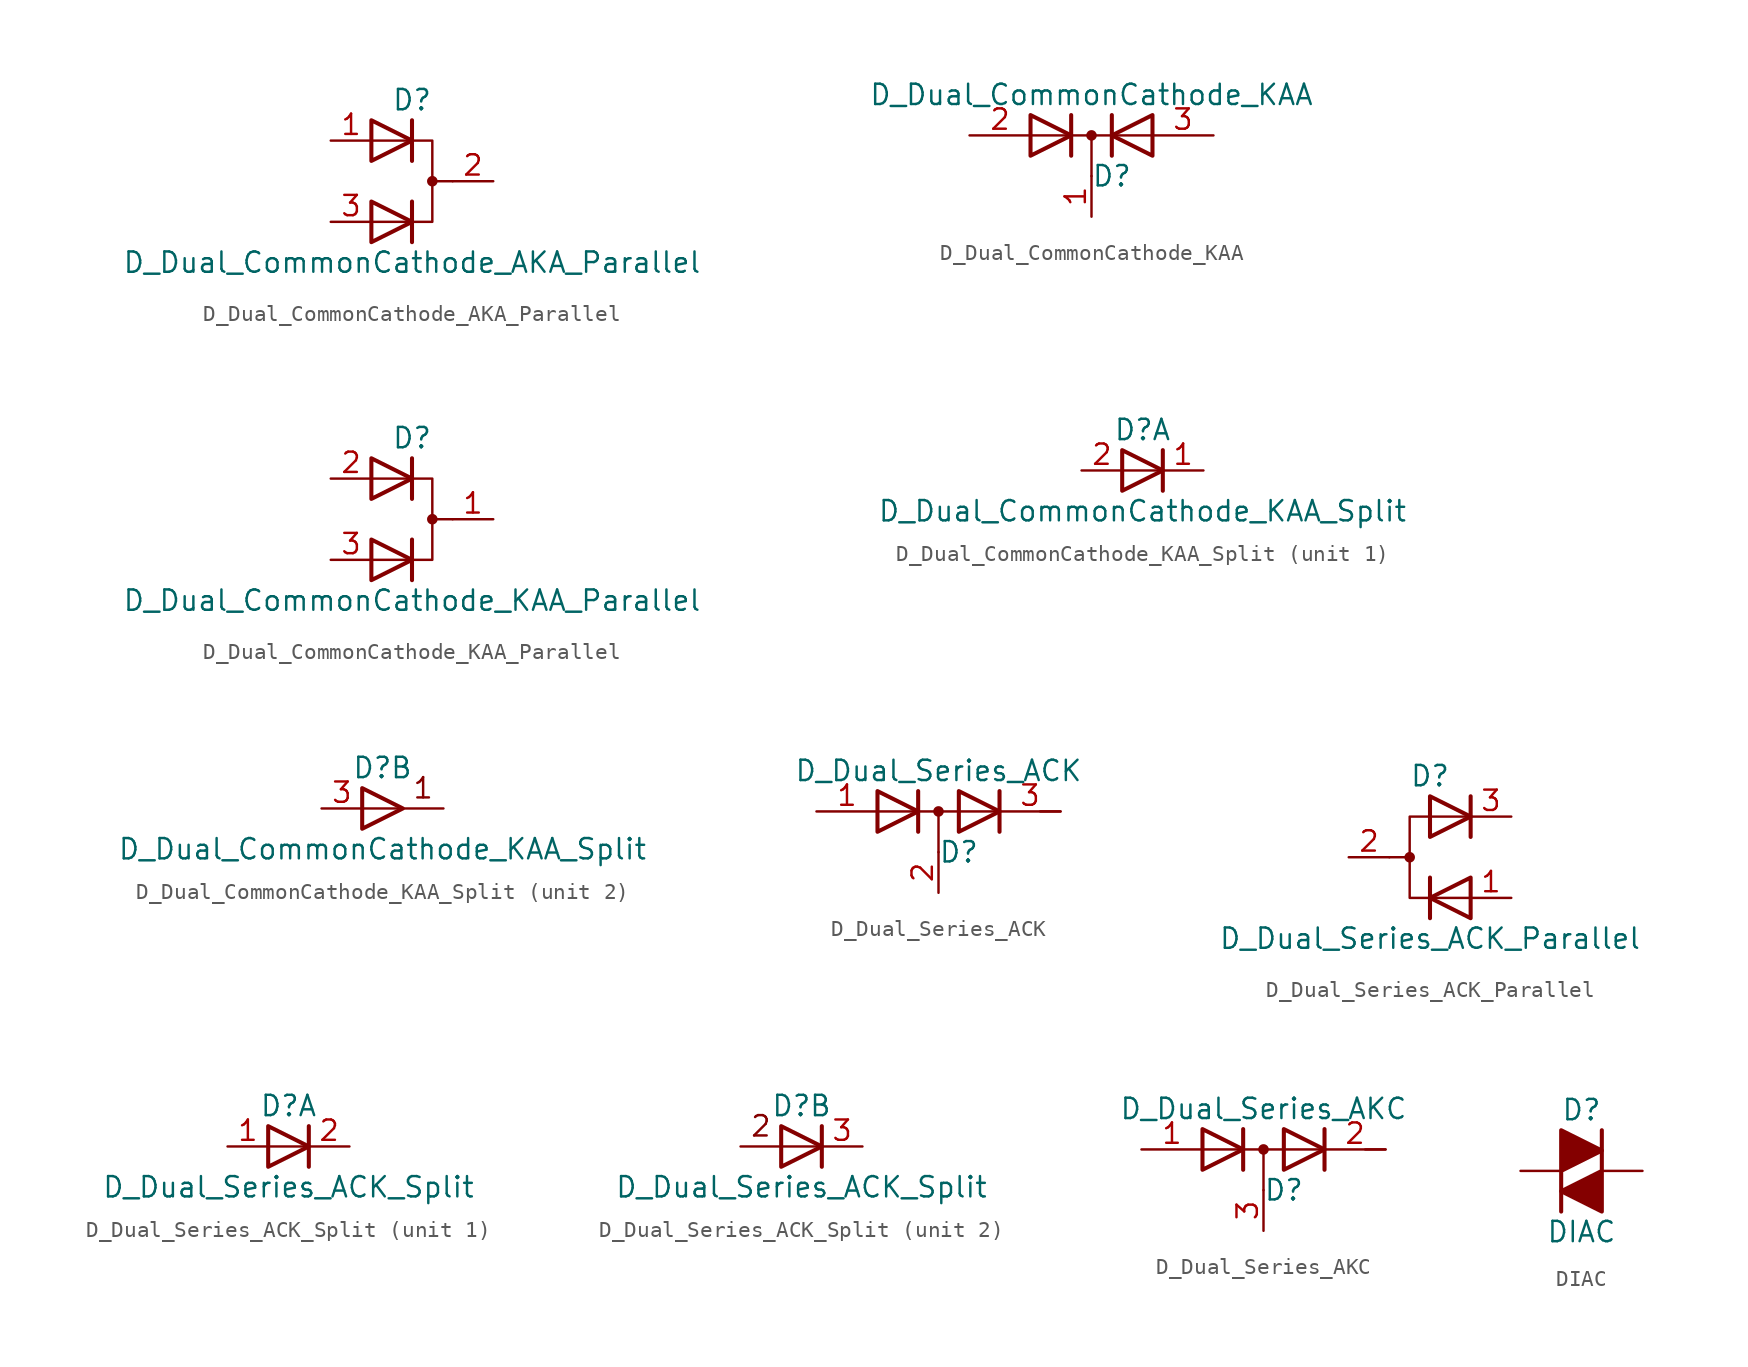
<source format=kicad_sym>
(kicad_symbol_lib
  (version 20211014)
  (generator kicad_symbol_editor)
  (symbol "D_Dual_CommonCathode_AKA_Parallel"
    (pin_names
      (offset 0.762) hide)
    (property "Reference" "D"
      (at 0 5.08 0)
      (effects (font (size 1.27 1.27))))
    (property "Value" "D_Dual_CommonCathode_AKA_Parallel"
      (at 0 -5.08 0)
      (effects (font (size 1.27 1.27))))
    (symbol "D_Dual_CommonCathode_AKA_Parallel_0_0"
      (polyline (pts (xy 0 -1.27) (xy 0 -3.81)) (stroke (width 0.254) (type default) (color 0 0 0 0)) (fill (type none)))
      (polyline (pts (xy 0 3.81) (xy 0 1.27)) (stroke (width 0.254) (type default) (color 0 0 0 0)) (fill (type none))))
    (symbol "D_Dual_CommonCathode_AKA_Parallel_0_1"
      (polyline (pts (xy 1.27 0) (xy 2.54 0)) (stroke (width 0) (type default) (color 0 0 0 0)) (fill (type none)))
      (polyline (pts (xy -2.54 -2.54) (xy 1.27 -2.54) (xy 1.27 2.54) (xy -2.54 2.54)) (stroke (width 0) (type default) (color 0 0 0 0)) (fill (type none)))
      (polyline (pts (xy -2.54 -1.27) (xy 0 -2.54) (xy -2.54 -3.81) (xy -2.54 -1.27) (xy -2.54 -1.27) (xy -2.54 -1.27)) (stroke (width 0.254) (type default) (color 0 0 0 0)) (fill (type none)))
      (polyline (pts (xy -2.54 3.81) (xy 0 2.54) (xy -2.54 1.27) (xy -2.54 3.81) (xy -2.54 3.81) (xy -2.54 3.81)) (stroke (width 0.254) (type default) (color 0 0 0 0)) (fill (type none)))
      (circle (center 1.27 0) (radius 0.254) (stroke (width 0) (type default) (color 0 0 0 0)) (fill (type outline)))
      (pin passive line (at -5.08 2.54 0) (length 2.54) (name "K" (effects (font (size 1.27 1.27)))) (number "1" (effects (font (size 1.27 1.27)))))
      (pin passive line (at 5.08 0 180) (length 2.54) (name "A" (effects (font (size 1.27 1.27)))) (number "2" (effects (font (size 1.27 1.27)))))
      (pin passive line (at -5.08 -2.54 0) (length 2.54) (name "K" (effects (font (size 1.27 1.27)))) (number "3" (effects (font (size 1.27 1.27)))))))
  (symbol "D_Dual_CommonCathode_KAA"
    (pin_names
      (offset 0.762) hide)
    (property "Reference" "D"
      (at 1.27 -2.54 0)
      (effects (font (size 1.27 1.27))))
    (property "Value" "D_Dual_CommonCathode_KAA"
      (at 0 2.54 0)
      (effects (font (size 1.27 1.27))))
    (symbol "D_Dual_CommonCathode_KAA_0_1"
      (polyline (pts (xy -3.81 0) (xy 3.81 0)) (stroke (width 0) (type default) (color 0 0 0 0)) (fill (type none)))
      (polyline (pts (xy 0 0) (xy 0 -2.54)) (stroke (width 0) (type default) (color 0 0 0 0)) (fill (type none)))
      (polyline (pts (xy -1.27 -1.27) (xy -1.27 1.27) (xy -1.27 1.27)) (stroke (width 0.254) (type default) (color 0 0 0 0)) (fill (type none)))
      (polyline (pts (xy 1.27 -1.27) (xy 1.27 1.27) (xy 1.27 1.27)) (stroke (width 0.254) (type default) (color 0 0 0 0)) (fill (type none)))
      (polyline (pts (xy -3.81 1.27) (xy -1.27 0) (xy -3.81 -1.27) (xy -3.81 1.27) (xy -3.81 1.27) (xy -3.81 1.27)) (stroke (width 0.254) (type default) (color 0 0 0 0)) (fill (type none)))
      (polyline (pts (xy 3.81 -1.27) (xy 1.27 0) (xy 3.81 1.27) (xy 3.81 -1.27) (xy 3.81 -1.27) (xy 3.81 -1.27)) (stroke (width 0.254) (type default) (color 0 0 0 0)) (fill (type none)))
      (circle (center 0 0) (radius 0.254) (stroke (width 0) (type default) (color 0 0 0 0)) (fill (type outline)))
      (pin passive line (at 0 -5.08 90) (length 2.54) (name "K" (effects (font (size 1.27 1.27)))) (number "1" (effects (font (size 1.27 1.27)))))
      (pin passive line (at -7.62 0 0) (length 3.81) (name "A" (effects (font (size 1.27 1.27)))) (number "2" (effects (font (size 1.27 1.27)))))
      (pin passive line (at 7.62 0 180) (length 3.81) (name "A" (effects (font (size 1.27 1.27)))) (number "3" (effects (font (size 1.27 1.27)))))))
  (symbol "D_Dual_CommonCathode_KAA_Parallel"
    (pin_names
      (offset 0.762) hide)
    (property "Reference" "D"
      (at 0 5.08 0)
      (effects (font (size 1.27 1.27))))
    (property "Value" "D_Dual_CommonCathode_KAA_Parallel"
      (at 0 -5.08 0)
      (effects (font (size 1.27 1.27))))
    (symbol "D_Dual_CommonCathode_KAA_Parallel_0_0"
      (polyline (pts (xy 0 -1.27) (xy 0 -3.81)) (stroke (width 0.254) (type default) (color 0 0 0 0)) (fill (type none)))
      (polyline (pts (xy 0 3.81) (xy 0 1.27)) (stroke (width 0.254) (type default) (color 0 0 0 0)) (fill (type none))))
    (symbol "D_Dual_CommonCathode_KAA_Parallel_0_1"
      (polyline (pts (xy 1.27 0) (xy 2.54 0)) (stroke (width 0) (type default) (color 0 0 0 0)) (fill (type none)))
      (polyline (pts (xy -2.54 -2.54) (xy 1.27 -2.54) (xy 1.27 2.54) (xy -2.54 2.54)) (stroke (width 0) (type default) (color 0 0 0 0)) (fill (type none)))
      (polyline (pts (xy -2.54 -1.27) (xy 0 -2.54) (xy -2.54 -3.81) (xy -2.54 -1.27) (xy -2.54 -1.27) (xy -2.54 -1.27)) (stroke (width 0.254) (type default) (color 0 0 0 0)) (fill (type none)))
      (polyline (pts (xy -2.54 3.81) (xy 0 2.54) (xy -2.54 1.27) (xy -2.54 3.81) (xy -2.54 3.81) (xy -2.54 3.81)) (stroke (width 0.254) (type default) (color 0 0 0 0)) (fill (type none)))
      (circle (center 1.27 0) (radius 0.254) (stroke (width 0) (type default) (color 0 0 0 0)) (fill (type outline)))
      (pin passive line (at 5.08 0 180) (length 2.54) (name "A" (effects (font (size 1.27 1.27)))) (number "1" (effects (font (size 1.27 1.27)))))
      (pin passive line (at -5.08 2.54 0) (length 2.54) (name "K" (effects (font (size 1.27 1.27)))) (number "2" (effects (font (size 1.27 1.27)))))
      (pin passive line (at -5.08 -2.54 0) (length 2.54) (name "K" (effects (font (size 1.27 1.27)))) (number "3" (effects (font (size 1.27 1.27)))))))
  (symbol "D_Dual_CommonCathode_KAA_Split"
    (pin_names
      (offset 0.762) hide)
    (property "Reference" "D"
      (at 0 2.54 0)
      (effects (font (size 1.27 1.27))))
    (property "Value" "D_Dual_CommonCathode_KAA_Split"
      (at 0 -2.54 0)
      (effects (font (size 1.27 1.27))))
    (property "ki_locked" ""
      (at 0 0 0)
      (effects (font (size 1.27 1.27))))
    (symbol "D_Dual_CommonCathode_KAA_Split_0_1"
      (polyline (pts (xy -1.27 1.27) (xy 1.27 0) (xy -1.27 -1.27) (xy -1.27 1.27) (xy -1.27 1.27) (xy -1.27 1.27)) (stroke (width 0.254) (type default) (color 0 0 0 0)) (fill (type none))))
    (symbol "D_Dual_CommonCathode_KAA_Split_1_0"
      (polyline (pts (xy 1.27 1.27) (xy 1.27 -1.27)) (stroke (width 0.254) (type default) (color 0 0 0 0)) (fill (type none))))
    (symbol "D_Dual_CommonCathode_KAA_Split_1_1"
      (polyline (pts (xy 1.27 0) (xy -1.27 0)) (stroke (width 0) (type default) (color 0 0 0 0)) (fill (type none)))
      (pin passive line (at 3.81 0 180) (length 2.54) (name "K" (effects (font (size 1.27 1.27)))) (number "1" (effects (font (size 1.27 1.27)))))
      (pin passive line (at -3.81 0 0) (length 2.54) (name "A" (effects (font (size 1.27 1.27)))) (number "2" (effects (font (size 1.27 1.27))))))
    (symbol "D_Dual_CommonCathode_KAA_Split_2_0"
      (polyline (pts (xy 3.81 0) (xy -1.27 0)) (stroke (width 0) (type default) (color 0 0 0 0)) (fill (type none)))
      (text "1" (at 2.54 1.27 0) (effects (font (size 1.27 1.27)))))
    (symbol "D_Dual_CommonCathode_KAA_Split_2_1"
      (pin passive line (at -3.81 0 0) (length 2.54) (name "K" (effects (font (size 1.27 1.27)))) (number "3" (effects (font (size 1.27 1.27)))))))
  (symbol "D_Dual_Series_ACK"
    (pin_names
      (offset 0.762) hide)
    (property "Reference" "D"
      (at 1.27 -2.54 0)
      (effects (font (size 1.27 1.27))))
    (property "Value" "D_Dual_Series_ACK"
      (at 0 2.54 0)
      (effects (font (size 1.27 1.27))))
    (symbol "D_Dual_Series_ACK_0_1"
      (polyline (pts (xy 0 0) (xy 0 -2.54)) (stroke (width 0) (type default) (color 0 0 0 0)) (fill (type none)))
      (polyline (pts (xy 3.81 0) (xy -3.81 0)) (stroke (width 0) (type default) (color 0 0 0 0)) (fill (type none)))
      (polyline (pts (xy 6.35 0) (xy 7.62 0)) (stroke (width 0) (type default) (color 0 0 0 0)) (fill (type none)))
      (polyline (pts (xy -1.27 -1.27) (xy -1.27 1.27) (xy -1.27 1.27)) (stroke (width 0.254) (type default) (color 0 0 0 0)) (fill (type none)))
      (polyline (pts (xy 3.81 1.27) (xy 3.81 -1.27) (xy 3.81 -1.27)) (stroke (width 0.254) (type default) (color 0 0 0 0)) (fill (type none)))
      (polyline (pts (xy -3.81 1.27) (xy -1.27 0) (xy -3.81 -1.27) (xy -3.81 1.27) (xy -3.81 1.27) (xy -3.81 1.27)) (stroke (width 0.254) (type default) (color 0 0 0 0)) (fill (type none)))
      (polyline (pts (xy 1.27 1.27) (xy 3.81 0) (xy 1.27 -1.27) (xy 1.27 1.27) (xy 1.27 1.27) (xy 1.27 1.27)) (stroke (width 0.254) (type default) (color 0 0 0 0)) (fill (type none)))
      (circle (center 0 0) (radius 0.254) (stroke (width 0) (type default) (color 0 0 0 0)) (fill (type outline)))
      (pin passive line (at -7.62 0 0) (length 3.81) (name "A" (effects (font (size 1.27 1.27)))) (number "1" (effects (font (size 1.27 1.27)))))
      (pin passive line (at 0 -5.08 90) (length 2.54) (name "common" (effects (font (size 1.27 1.27)))) (number "2" (effects (font (size 1.27 1.27)))))
      (pin passive line (at 7.62 0 180) (length 3.81) (name "K" (effects (font (size 1.27 1.27)))) (number "3" (effects (font (size 1.27 1.27)))))))
  (symbol "D_Dual_Series_ACK_Parallel"
    (pin_names
      (offset 0.762) hide)
    (property "Reference" "D"
      (at 0 5.08 0)
      (effects (font (size 1.27 1.27))))
    (property "Value" "D_Dual_Series_ACK_Parallel"
      (at 0 -5.08 0)
      (effects (font (size 1.27 1.27))))
    (symbol "D_Dual_Series_ACK_Parallel_0_0"
      (polyline (pts (xy 0 -1.27) (xy 0 -3.81)) (stroke (width 0.254) (type default) (color 0 0 0 0)) (fill (type none)))
      (polyline (pts (xy 2.54 3.81) (xy 2.54 1.27)) (stroke (width 0.254) (type default) (color 0 0 0 0)) (fill (type none))))
    (symbol "D_Dual_Series_ACK_Parallel_0_1"
      (circle (center -1.27 0) (radius 0.254) (stroke (width 0) (type default) (color 0 0 0 0)) (fill (type outline)))
      (polyline (pts (xy -1.27 0) (xy -2.54 0)) (stroke (width 0) (type default) (color 0 0 0 0)) (fill (type none)))
      (polyline (pts (xy 2.54 2.54) (xy -1.27 2.54) (xy -1.27 -2.54) (xy 2.54 -2.54)) (stroke (width 0) (type default) (color 0 0 0 0)) (fill (type none)))
      (polyline (pts (xy 0 3.81) (xy 2.54 2.54) (xy 0 1.27) (xy 0 3.81) (xy 0 3.81) (xy 0 3.81)) (stroke (width 0.254) (type default) (color 0 0 0 0)) (fill (type none)))
      (polyline (pts (xy 2.54 -1.27) (xy 0 -2.54) (xy 2.54 -3.81) (xy 2.54 -1.27) (xy 2.54 -1.27) (xy 2.54 -1.27)) (stroke (width 0.254) (type default) (color 0 0 0 0)) (fill (type none)))
      (pin passive line (at 5.08 -2.54 180) (length 2.54) (name "K" (effects (font (size 1.27 1.27)))) (number "1" (effects (font (size 1.27 1.27)))))
      (pin passive line (at -5.08 0 0) (length 2.54) (name "A" (effects (font (size 1.27 1.27)))) (number "2" (effects (font (size 1.27 1.27)))))
      (pin passive line (at 5.08 2.54 180) (length 2.54) (name "K" (effects (font (size 1.27 1.27)))) (number "3" (effects (font (size 1.27 1.27)))))))
  (symbol "D_Dual_Series_ACK_Split"
    (pin_names
      (offset 0.762) hide)
    (property "Reference" "D"
      (at 0 2.54 0)
      (effects (font (size 1.27 1.27))))
    (property "Value" "D_Dual_Series_ACK_Split"
      (at 0 -2.54 0)
      (effects (font (size 1.27 1.27))))
    (property "ki_locked" ""
      (at 0 0 0)
      (effects (font (size 1.27 1.27))))
    (symbol "D_Dual_Series_ACK_Split_0_0"
      (polyline (pts (xy 1.27 1.27) (xy 1.27 -1.27)) (stroke (width 0.254) (type default) (color 0 0 0 0)) (fill (type none))))
    (symbol "D_Dual_Series_ACK_Split_0_1"
      (polyline (pts (xy -1.27 1.27) (xy 1.27 0) (xy -1.27 -1.27) (xy -1.27 1.27) (xy -1.27 1.27) (xy -1.27 1.27)) (stroke (width 0.254) (type default) (color 0 0 0 0)) (fill (type none))))
    (symbol "D_Dual_Series_ACK_Split_1_1"
      (polyline (pts (xy 1.27 0) (xy -1.27 0)) (stroke (width 0) (type default) (color 0 0 0 0)) (fill (type none)))
      (pin passive line (at -3.81 0 0) (length 2.54) (name "A" (effects (font (size 1.27 1.27)))) (number "1" (effects (font (size 1.27 1.27)))))
      (pin passive line (at 3.81 0 180) (length 2.54) (name "K" (effects (font (size 1.27 1.27)))) (number "2" (effects (font (size 1.27 1.27))))))
    (symbol "D_Dual_Series_ACK_Split_2_0"
      (polyline (pts (xy 1.27 0) (xy -3.81 0)) (stroke (width 0) (type default) (color 0 0 0 0)) (fill (type none)))
      (text "2" (at -2.54 1.27 0) (effects (font (size 1.27 1.27)))))
    (symbol "D_Dual_Series_ACK_Split_2_1"
      (pin passive line (at 3.81 0 180) (length 2.54) (name "K" (effects (font (size 1.27 1.27)))) (number "3" (effects (font (size 1.27 1.27)))))))
  (symbol "D_Dual_Series_AKC"
    (pin_names
      (offset 0.762) hide)
    (property "Reference" "D"
      (at 1.27 -2.54 0)
      (effects (font (size 1.27 1.27))))
    (property "Value" "D_Dual_Series_AKC"
      (at 0 2.54 0)
      (effects (font (size 1.27 1.27))))
    (symbol "D_Dual_Series_AKC_0_1"
      (polyline (pts (xy -3.81 0) (xy 3.81 0)) (stroke (width 0) (type default) (color 0 0 0 0)) (fill (type none)))
      (polyline (pts (xy 0 0) (xy 0 -2.54)) (stroke (width 0) (type default) (color 0 0 0 0)) (fill (type none)))
      (polyline (pts (xy 6.35 0) (xy 7.62 0)) (stroke (width 0) (type default) (color 0 0 0 0)) (fill (type none)))
      (polyline (pts (xy -1.27 -1.27) (xy -1.27 1.27) (xy -1.27 1.27)) (stroke (width 0.254) (type default) (color 0 0 0 0)) (fill (type none)))
      (polyline (pts (xy 3.81 1.27) (xy 3.81 -1.27) (xy 3.81 -1.27)) (stroke (width 0.254) (type default) (color 0 0 0 0)) (fill (type none)))
      (polyline (pts (xy -3.81 1.27) (xy -1.27 0) (xy -3.81 -1.27) (xy -3.81 1.27) (xy -3.81 1.27) (xy -3.81 1.27)) (stroke (width 0.254) (type default) (color 0 0 0 0)) (fill (type none)))
      (polyline (pts (xy 1.27 1.27) (xy 3.81 0) (xy 1.27 -1.27) (xy 1.27 1.27) (xy 1.27 1.27) (xy 1.27 1.27)) (stroke (width 0.254) (type default) (color 0 0 0 0)) (fill (type none)))
      (circle (center 0 0) (radius 0.254) (stroke (width 0) (type default) (color 0 0 0 0)) (fill (type outline)))
      (pin passive line (at -7.62 0 0) (length 3.81) (name "A" (effects (font (size 1.27 1.27)))) (number "1" (effects (font (size 1.27 1.27)))))
      (pin passive line (at 7.62 0 180) (length 3.81) (name "K" (effects (font (size 1.27 1.27)))) (number "2" (effects (font (size 1.27 1.27)))))
      (pin passive line (at 0 -5.08 90) (length 2.54) (name "common" (effects (font (size 1.27 1.27)))) (number "3" (effects (font (size 1.27 1.27)))))))
  (symbol "DIAC"
    (pin_numbers hide)
    (pin_names
      (offset 1.016) hide)
    (property "Reference" "D"
      (at 0 3.81 0)
      (effects (font (size 1.27 1.27))))
    (property "Value" "DIAC"
      (at 0 -3.81 0)
      (effects (font (size 1.27 1.27))))
    (symbol "DIAC_0_1"
      (polyline (pts (xy -1.27 -2.54) (xy -1.27 2.54) (xy 1.27 1.27) (xy -1.27 0)) (stroke (width 0.254) (type default) (color 0 0 0 0)) (fill (type outline)))
      (polyline (pts (xy 1.27 2.54) (xy 1.27 -2.54) (xy -1.27 -1.27) (xy 1.27 0)) (stroke (width 0.254) (type default) (color 0 0 0 0)) (fill (type outline))))
    (symbol "DIAC_1_1"
      (pin passive line (at -3.81 0 0) (length 2.54) (name "K" (effects (font (size 1.27 1.27)))) (number "1" (effects (font (size 1.27 1.27)))))
      (pin passive line (at 3.81 0 180) (length 2.54) (name "A" (effects (font (size 1.27 1.27)))) (number "2" (effects (font (size 1.27 1.27))))))))
</source>
